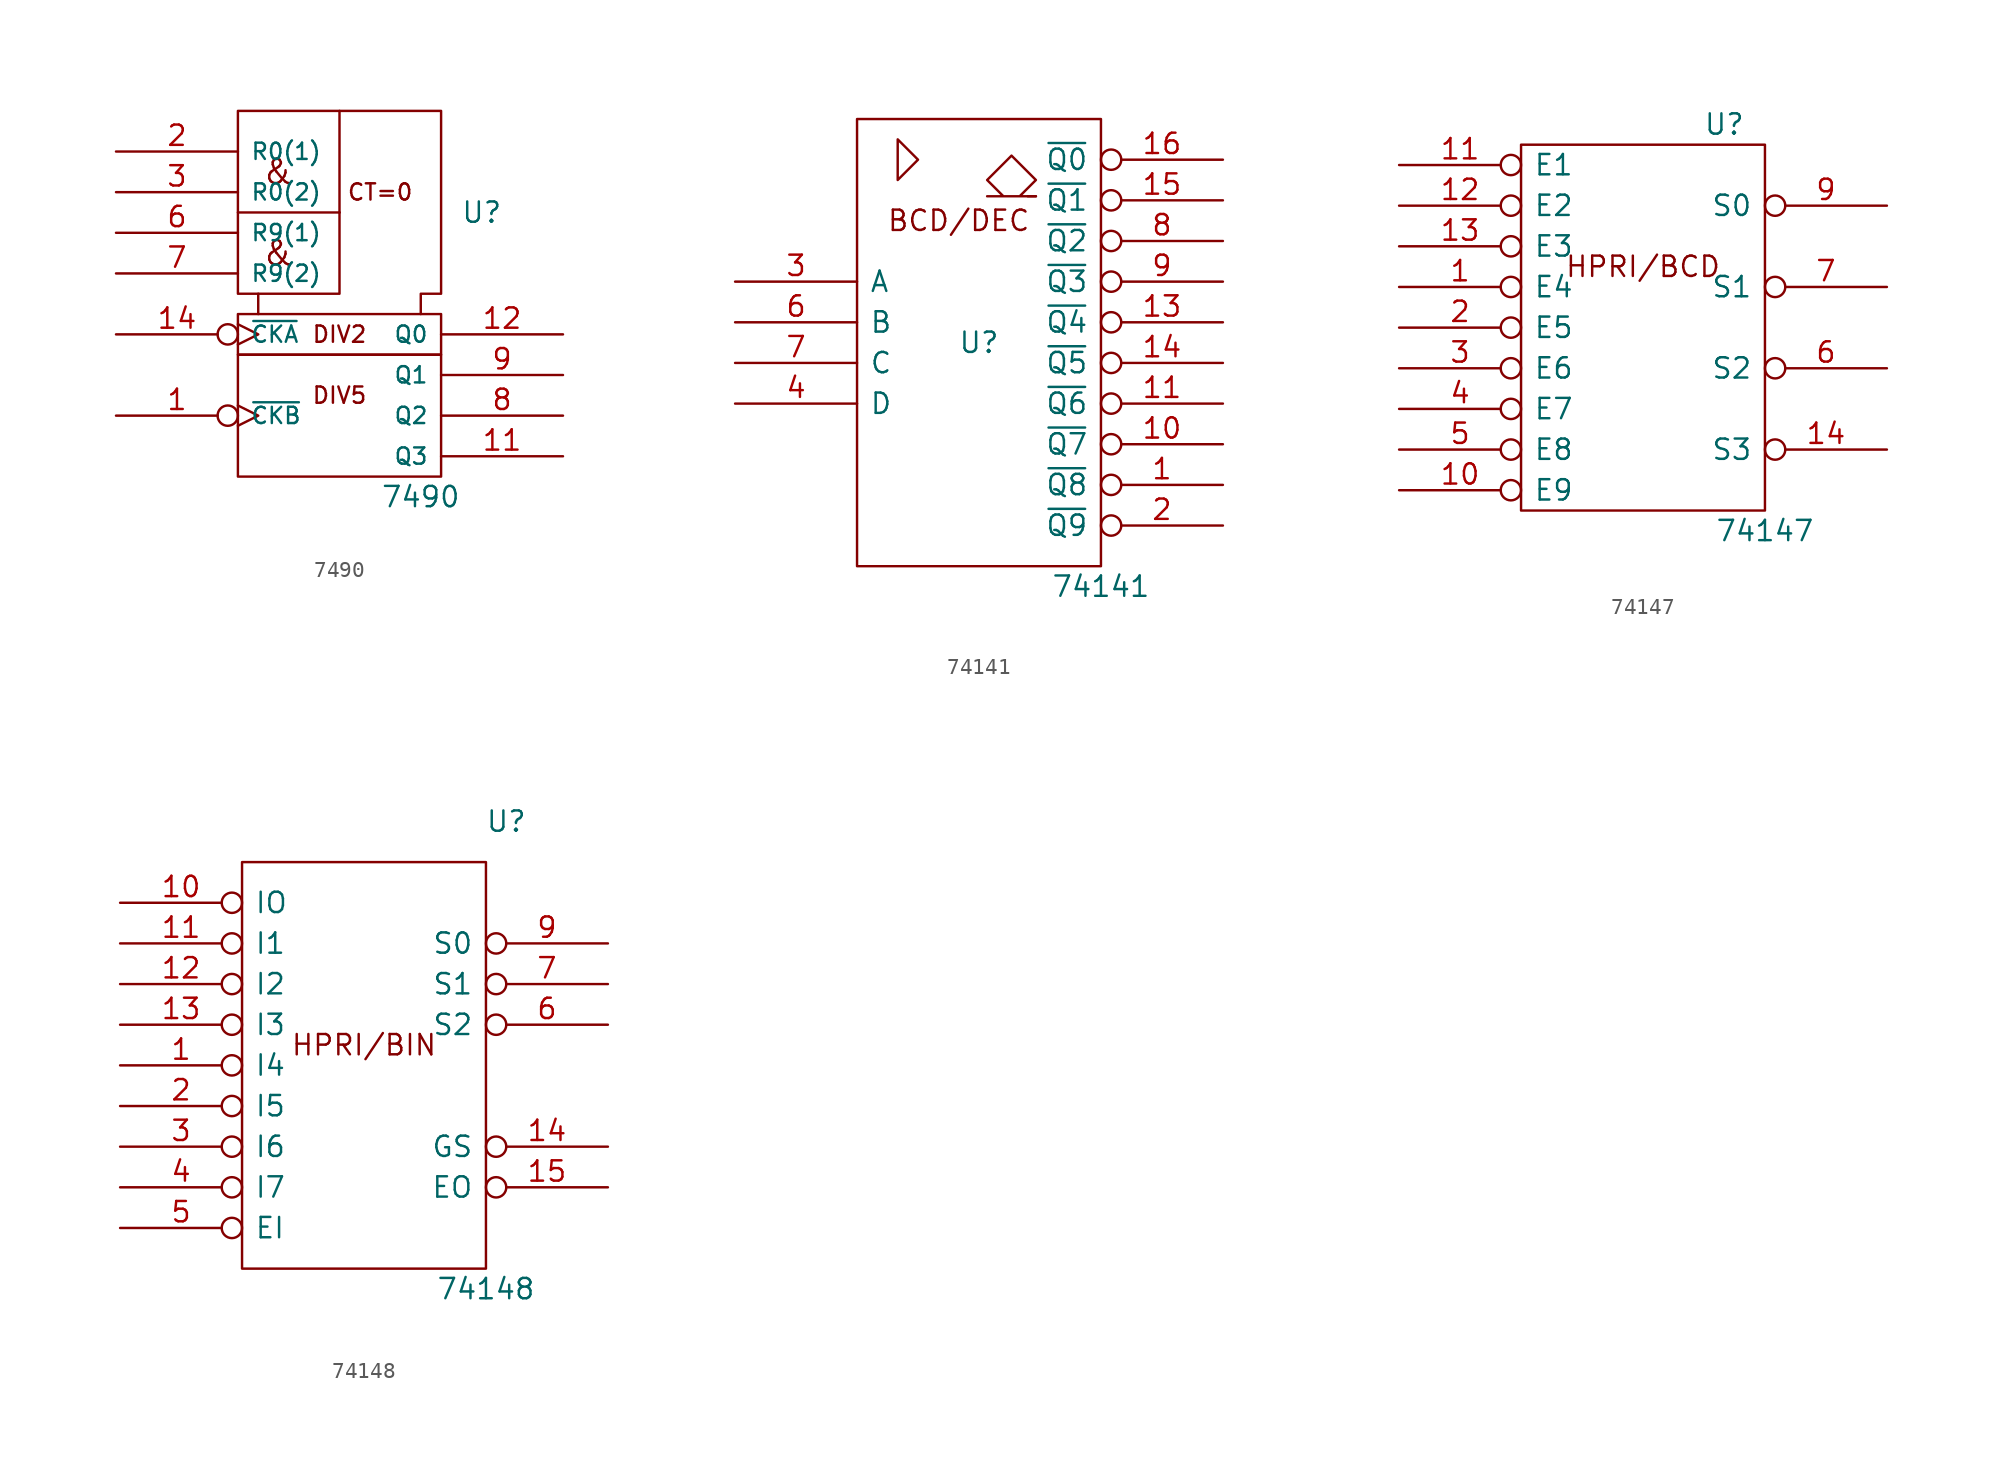
<source format=kicad_sym>
(kicad_symbol_lib
  (version 20201005)
  (generator kicad_symbol_editor)
  (symbol "74xx_IEEE:7490"
    (pin_names
      (offset 0.762))
    (property "Reference" "U"
      (at 8.89 15.24 0)
      (effects (font (size 1.27 1.27))))
    (property "Value" "7490"
      (at 5.08 -2.54 0)
      (effects (font (size 1.27 1.27))))
    (symbol "7490_0_0"
      (text "&" (at -3.81 12.7 0) (effects (font (size 1.524 1.524))))
      (text "&" (at -3.81 17.78 0) (effects (font (size 1.524 1.524))))
      (text "CT=0" (at 2.54 16.51 0) (effects (font (size 1.016 1.016))))
      (text "DIV2" (at 0 7.62 0) (effects (font (size 1.016 1.016))))
      (text "DIV5" (at 0 3.81 0) (effects (font (size 1.016 1.016))))
      (rectangle (start -6.35 6.35) (end 6.35 -1.27) (stroke (width 0)) (fill (type none)))
      (rectangle (start -6.35 8.89) (end 6.35 6.35) (stroke (width 0)) (fill (type none)))
      (polyline (pts (xy 0 15.24) (xy -6.35 15.24) (xy -6.35 15.24)) (stroke (width 0)) (fill (type none)))
      (polyline (pts (xy 0 21.59) (xy 0 15.24) (xy 0 15.24)) (stroke (width 0)) (fill (type none)))
      (polyline (pts (xy 0 15.24) (xy 0 10.16) (xy -5.08 10.16) (xy -5.08 10.16)) (stroke (width 0)) (fill (type none)))
      (polyline (pts (xy -5.08 8.89) (xy -5.08 10.16) (xy -6.35 10.16) (xy -6.35 21.59) (xy 6.35 21.59) (xy 6.35 10.16) (xy 5.08 10.16) (xy 5.08 8.89) (xy 5.08 8.89)) (stroke (width 0)) (fill (type none)))
      (pin input line (at 5.08 21.59 270) (length 0) hide (name "GND" (effects (font (size 1.016 1.016)))) (number "10" (effects (font (size 1.27 1.27)))))
      (pin power_in line (at 1.27 21.59 270) (length 0) hide (name "VCC" (effects (font (size 1.016 1.016)))) (number "5" (effects (font (size 1.27 1.27))))))
    (symbol "7490_1_1"
      (pin input inverted_clock (at -13.97 2.54 0) (length 7.62) (name "~CKB" (effects (font (size 1.016 1.016)))) (number "1" (effects (font (size 1.27 1.27)))))
      (pin output line (at 13.97 0 180) (length 7.62) (name "Q3" (effects (font (size 1.016 1.016)))) (number "11" (effects (font (size 1.27 1.27)))))
      (pin output line (at 13.97 7.62 180) (length 7.62) (name "Q0" (effects (font (size 1.016 1.016)))) (number "12" (effects (font (size 1.27 1.27)))))
      (pin input inverted_clock (at -13.97 7.62 0) (length 7.62) (name "~CKA" (effects (font (size 1.016 1.016)))) (number "14" (effects (font (size 1.27 1.27)))))
      (pin input line (at -13.97 19.05 0) (length 7.62) (name "R0(1)" (effects (font (size 1.016 1.016)))) (number "2" (effects (font (size 1.27 1.27)))))
      (pin input line (at -13.97 16.51 0) (length 7.62) (name "R0(2)" (effects (font (size 1.016 1.016)))) (number "3" (effects (font (size 1.27 1.27)))))
      (pin input line (at -13.97 13.97 0) (length 7.62) (name "R9(1)" (effects (font (size 1.016 1.016)))) (number "6" (effects (font (size 1.27 1.27)))))
      (pin input line (at -13.97 11.43 0) (length 7.62) (name "R9(2)" (effects (font (size 1.016 1.016)))) (number "7" (effects (font (size 1.27 1.27)))))
      (pin output line (at 13.97 2.54 180) (length 7.62) (name "Q2" (effects (font (size 1.016 1.016)))) (number "8" (effects (font (size 1.27 1.27)))))
      (pin output line (at 13.97 5.08 180) (length 7.62) (name "Q1" (effects (font (size 1.016 1.016)))) (number "9" (effects (font (size 1.27 1.27)))))))
  (symbol "74xx_IEEE:74141"
    (pin_names
      (offset 0.762))
    (property "Reference" "U"
      (at 0 0 0)
      (effects (font (size 1.27 1.27))))
    (property "Value" "74141"
      (at 7.62 -15.24 0)
      (effects (font (size 1.27 1.27))))
    (symbol "74141_0_0"
      (text "BCD/DEC" (at -1.27 7.62 0) (effects (font (size 1.27 1.27))))
      (polyline (pts (xy 3.556 9.144) (xy 3.048 9.144) (xy 3.048 9.144)) (stroke (width 0)) (fill (type none)))
      (polyline (pts (xy -5.08 12.7) (xy -5.08 10.16) (xy -3.81 11.43) (xy -5.08 12.7) (xy -5.08 12.7)) (stroke (width 0)) (fill (type none)))
      (polyline (pts (xy 2.54 9.144) (xy 3.556 10.16) (xy 2.032 11.684) (xy 0.508 10.16) (xy 1.524 9.144) (xy 0.508 9.144) (xy 3.556 9.144)) (stroke (width 0)) (fill (type none)))
      (pin power_in line (at 0 -13.97 90) (length 0) hide (name "GND" (effects (font (size 1.27 1.27)))) (number "12" (effects (font (size 1.27 1.27)))))
      (pin power_in line (at 0 13.97 270) (length 0) hide (name "VCC" (effects (font (size 1.27 1.27)))) (number "5" (effects (font (size 1.27 1.27))))))
    (symbol "74141_0_1"
      (rectangle (start -7.62 13.97) (end 7.62 -13.97) (stroke (width 0)) (fill (type none))))
    (symbol "74141_1_1"
      (pin open_collector inverted (at 15.24 -8.89 180) (length 7.62) (name "~Q8" (effects (font (size 1.27 1.27)))) (number "1" (effects (font (size 1.27 1.27)))))
      (pin open_collector inverted (at 15.24 -6.35 180) (length 7.62) (name "~Q7" (effects (font (size 1.27 1.27)))) (number "10" (effects (font (size 1.27 1.27)))))
      (pin open_collector inverted (at 15.24 -3.81 180) (length 7.62) (name "~Q6" (effects (font (size 1.27 1.27)))) (number "11" (effects (font (size 1.27 1.27)))))
      (pin open_collector inverted (at 15.24 1.27 180) (length 7.62) (name "~Q4" (effects (font (size 1.27 1.27)))) (number "13" (effects (font (size 1.27 1.27)))))
      (pin open_collector inverted (at 15.24 -1.27 180) (length 7.62) (name "~Q5" (effects (font (size 1.27 1.27)))) (number "14" (effects (font (size 1.27 1.27)))))
      (pin open_collector inverted (at 15.24 8.89 180) (length 7.62) (name "~Q1" (effects (font (size 1.27 1.27)))) (number "15" (effects (font (size 1.27 1.27)))))
      (pin open_collector inverted (at 15.24 11.43 180) (length 7.62) (name "~Q0" (effects (font (size 1.27 1.27)))) (number "16" (effects (font (size 1.27 1.27)))))
      (pin open_collector inverted (at 15.24 -11.43 180) (length 7.62) (name "~Q9" (effects (font (size 1.27 1.27)))) (number "2" (effects (font (size 1.27 1.27)))))
      (pin input line (at -15.24 3.81 0) (length 7.62) (name "A" (effects (font (size 1.27 1.27)))) (number "3" (effects (font (size 1.27 1.27)))))
      (pin input line (at -15.24 -3.81 0) (length 7.62) (name "D" (effects (font (size 1.27 1.27)))) (number "4" (effects (font (size 1.27 1.27)))))
      (pin input line (at -15.24 1.27 0) (length 7.62) (name "B" (effects (font (size 1.27 1.27)))) (number "6" (effects (font (size 1.27 1.27)))))
      (pin input line (at -15.24 -1.27 0) (length 7.62) (name "C" (effects (font (size 1.27 1.27)))) (number "7" (effects (font (size 1.27 1.27)))))
      (pin open_collector inverted (at 15.24 6.35 180) (length 7.62) (name "~Q2" (effects (font (size 1.27 1.27)))) (number "8" (effects (font (size 1.27 1.27)))))
      (pin open_collector inverted (at 15.24 3.81 180) (length 7.62) (name "~Q3" (effects (font (size 1.27 1.27)))) (number "9" (effects (font (size 1.27 1.27)))))))
  (symbol "74xx_IEEE:74147"
    (pin_names
      (offset 0.762))
    (property "Reference" "U"
      (at 5.08 12.7 0)
      (effects (font (size 1.27 1.27))))
    (property "Value" "74147"
      (at 7.62 -12.7 0)
      (effects (font (size 1.27 1.27))))
    (symbol "74147_0_0"
      (text "HPRI/BCD" (at 0 3.81 0) (effects (font (size 1.27 1.27))))
      (pin power_in line (at 0 11.43 270) (length 0) hide (name "VCC" (effects (font (size 1.27 1.27)))) (number "16" (effects (font (size 1.27 1.27)))))
      (pin power_in line (at 0 -11.43 90) (length 0) hide (name "GND" (effects (font (size 1.27 1.27)))) (number "8" (effects (font (size 1.27 1.27))))))
    (symbol "74147_0_1"
      (rectangle (start -7.62 11.43) (end 7.62 -11.43) (stroke (width 0)) (fill (type none))))
    (symbol "74147_1_1"
      (pin input inverted (at -15.24 2.54 0) (length 7.62) (name "E4" (effects (font (size 1.27 1.27)))) (number "1" (effects (font (size 1.27 1.27)))))
      (pin input inverted (at -15.24 -10.16 0) (length 7.62) (name "E9" (effects (font (size 1.27 1.27)))) (number "10" (effects (font (size 1.27 1.27)))))
      (pin input inverted (at -15.24 10.16 0) (length 7.62) (name "E1" (effects (font (size 1.27 1.27)))) (number "11" (effects (font (size 1.27 1.27)))))
      (pin input inverted (at -15.24 7.62 0) (length 7.62) (name "E2" (effects (font (size 1.27 1.27)))) (number "12" (effects (font (size 1.27 1.27)))))
      (pin input inverted (at -15.24 5.08 0) (length 7.62) (name "E3" (effects (font (size 1.27 1.27)))) (number "13" (effects (font (size 1.27 1.27)))))
      (pin output inverted (at 15.24 -7.62 180) (length 7.62) (name "S3" (effects (font (size 1.27 1.27)))) (number "14" (effects (font (size 1.27 1.27)))))
      (pin input inverted (at -15.24 0 0) (length 7.62) (name "E5" (effects (font (size 1.27 1.27)))) (number "2" (effects (font (size 1.27 1.27)))))
      (pin input inverted (at -15.24 -2.54 0) (length 7.62) (name "E6" (effects (font (size 1.27 1.27)))) (number "3" (effects (font (size 1.27 1.27)))))
      (pin input inverted (at -15.24 -5.08 0) (length 7.62) (name "E7" (effects (font (size 1.27 1.27)))) (number "4" (effects (font (size 1.27 1.27)))))
      (pin input inverted (at -15.24 -7.62 0) (length 7.62) (name "E8" (effects (font (size 1.27 1.27)))) (number "5" (effects (font (size 1.27 1.27)))))
      (pin output inverted (at 15.24 -2.54 180) (length 7.62) (name "S2" (effects (font (size 1.27 1.27)))) (number "6" (effects (font (size 1.27 1.27)))))
      (pin output inverted (at 15.24 2.54 180) (length 7.62) (name "S1" (effects (font (size 1.27 1.27)))) (number "7" (effects (font (size 1.27 1.27)))))
      (pin output inverted (at 15.24 7.62 180) (length 7.62) (name "S0" (effects (font (size 1.27 1.27)))) (number "9" (effects (font (size 1.27 1.27)))))))
  (symbol "74xx_IEEE:74148"
    (pin_names
      (offset 0.762))
    (property "Reference" "U"
      (at 8.89 15.24 0)
      (effects (font (size 1.27 1.27))))
    (property "Value" "74148"
      (at 7.62 -13.97 0)
      (effects (font (size 1.27 1.27))))
    (symbol "74148_0_0"
      (text "HPRI/BIN" (at 0 1.27 0) (effects (font (size 1.27 1.27))))
      (rectangle (start -7.62 12.7) (end 7.62 -12.7) (stroke (width 0)) (fill (type none)))
      (pin power_in line (at 0 12.7 270) (length 0) hide (name "VCC" (effects (font (size 1.27 1.27)))) (number "16" (effects (font (size 1.27 1.27)))))
      (pin power_in line (at 0 -12.7 90) (length 0) hide (name "GND" (effects (font (size 1.27 1.27)))) (number "8" (effects (font (size 1.27 1.27))))))
    (symbol "74148_1_1"
      (pin input inverted (at -15.24 0 0) (length 7.62) (name "I4" (effects (font (size 1.27 1.27)))) (number "1" (effects (font (size 1.27 1.27)))))
      (pin input inverted (at -15.24 10.16 0) (length 7.62) (name "IO" (effects (font (size 1.27 1.27)))) (number "10" (effects (font (size 1.27 1.27)))))
      (pin input inverted (at -15.24 7.62 0) (length 7.62) (name "I1" (effects (font (size 1.27 1.27)))) (number "11" (effects (font (size 1.27 1.27)))))
      (pin input inverted (at -15.24 5.08 0) (length 7.62) (name "I2" (effects (font (size 1.27 1.27)))) (number "12" (effects (font (size 1.27 1.27)))))
      (pin input inverted (at -15.24 2.54 0) (length 7.62) (name "I3" (effects (font (size 1.27 1.27)))) (number "13" (effects (font (size 1.27 1.27)))))
      (pin output inverted (at 15.24 -5.08 180) (length 7.62) (name "GS" (effects (font (size 1.27 1.27)))) (number "14" (effects (font (size 1.27 1.27)))))
      (pin output inverted (at 15.24 -7.62 180) (length 7.62) (name "EO" (effects (font (size 1.27 1.27)))) (number "15" (effects (font (size 1.27 1.27)))))
      (pin input inverted (at -15.24 -2.54 0) (length 7.62) (name "I5" (effects (font (size 1.27 1.27)))) (number "2" (effects (font (size 1.27 1.27)))))
      (pin input inverted (at -15.24 -5.08 0) (length 7.62) (name "I6" (effects (font (size 1.27 1.27)))) (number "3" (effects (font (size 1.27 1.27)))))
      (pin input inverted (at -15.24 -7.62 0) (length 7.62) (name "I7" (effects (font (size 1.27 1.27)))) (number "4" (effects (font (size 1.27 1.27)))))
      (pin input inverted (at -15.24 -10.16 0) (length 7.62) (name "EI" (effects (font (size 1.27 1.27)))) (number "5" (effects (font (size 1.27 1.27)))))
      (pin output inverted (at 15.24 2.54 180) (length 7.62) (name "S2" (effects (font (size 1.27 1.27)))) (number "6" (effects (font (size 1.27 1.27)))))
      (pin output inverted (at 15.24 5.08 180) (length 7.62) (name "S1" (effects (font (size 1.27 1.27)))) (number "7" (effects (font (size 1.27 1.27)))))
      (pin output inverted (at 15.24 7.62 180) (length 7.62) (name "S0" (effects (font (size 1.27 1.27)))) (number "9" (effects (font (size 1.27 1.27))))))))
</source>
